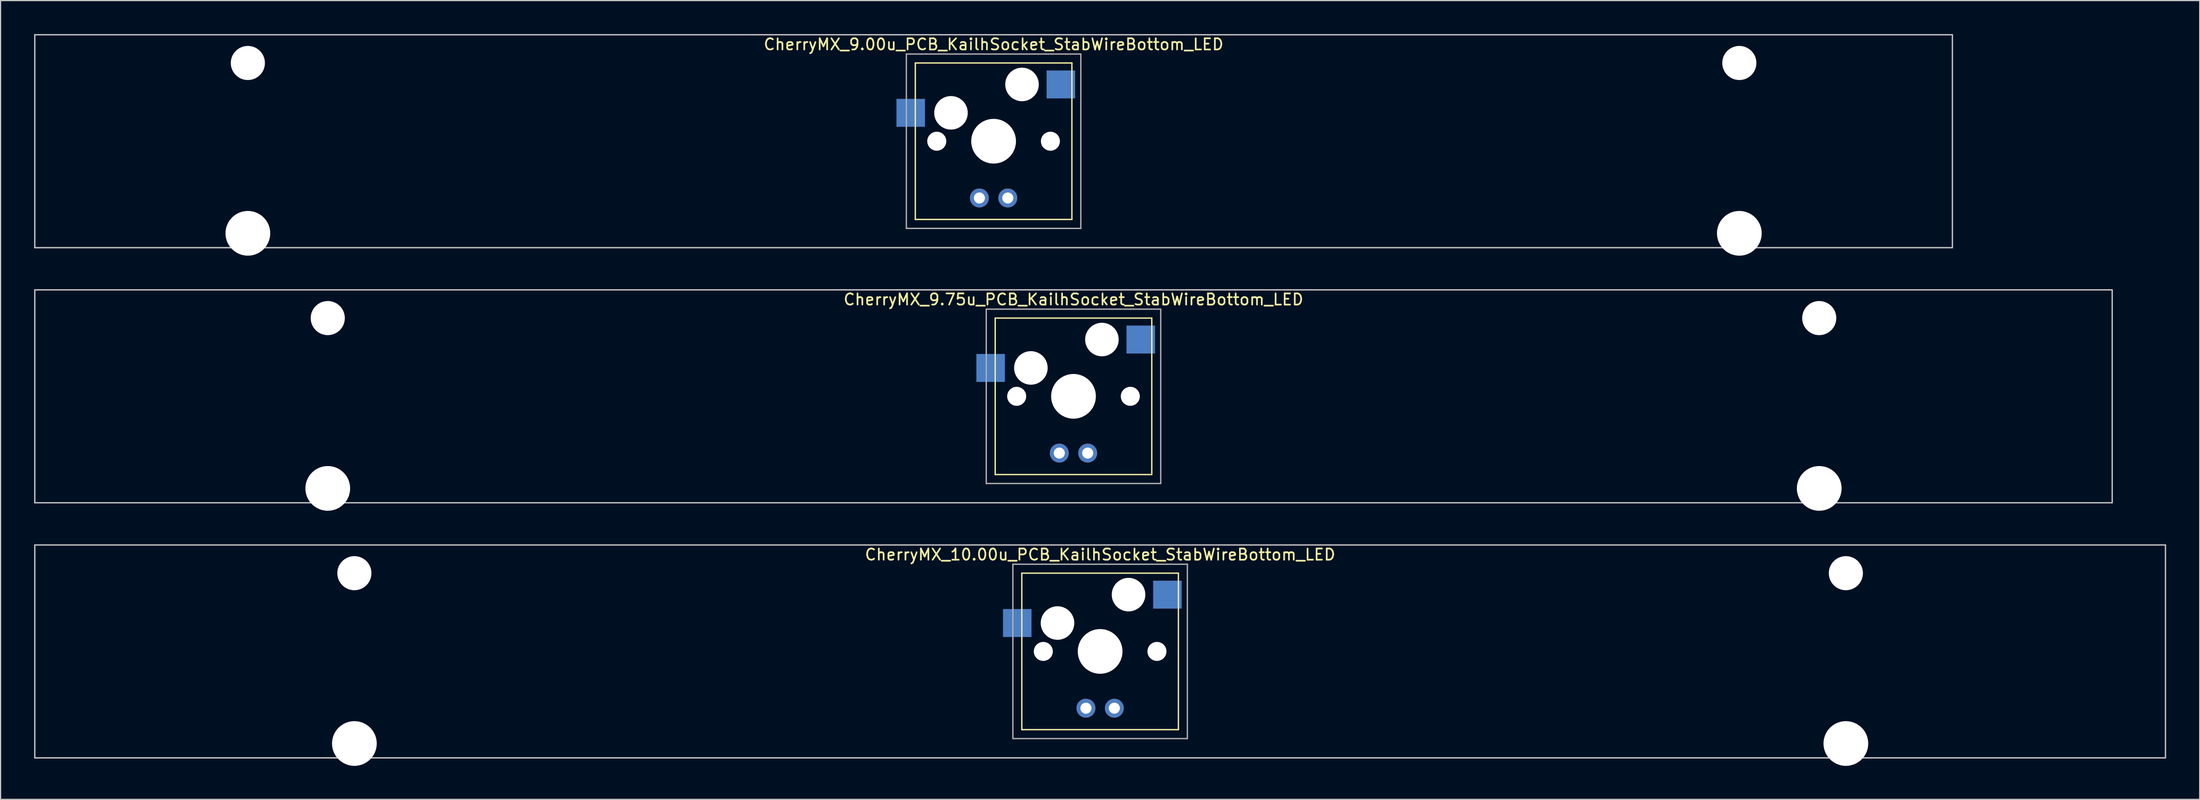
<source format=kicad_pcb>
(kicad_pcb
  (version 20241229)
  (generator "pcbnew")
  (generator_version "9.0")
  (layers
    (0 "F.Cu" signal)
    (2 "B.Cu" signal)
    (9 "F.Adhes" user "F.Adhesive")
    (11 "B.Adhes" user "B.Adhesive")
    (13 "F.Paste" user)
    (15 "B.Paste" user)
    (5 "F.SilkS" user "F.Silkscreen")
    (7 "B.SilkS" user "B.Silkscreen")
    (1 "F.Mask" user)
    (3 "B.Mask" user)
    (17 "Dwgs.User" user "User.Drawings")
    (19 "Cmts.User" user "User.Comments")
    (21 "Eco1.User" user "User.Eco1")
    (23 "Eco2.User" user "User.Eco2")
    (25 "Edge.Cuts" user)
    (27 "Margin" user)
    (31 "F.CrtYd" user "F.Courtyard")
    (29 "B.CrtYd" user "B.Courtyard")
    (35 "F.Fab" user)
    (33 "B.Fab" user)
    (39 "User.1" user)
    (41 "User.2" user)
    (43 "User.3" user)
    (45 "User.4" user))
  (footprint "CherryMX_9.00u_PCB_KailhSocket_StabWireBottom_LED"
    (layer "F.Cu")
    (at 85.785 9.585)
    (property "Reference" "CherryMX_9.00u_PCB_KailhSocket_StabWireBottom_LED" (at 0 -8.662 0) (layer "F.SilkS") (effects (font (size 1 1) (thickness 0.15))))
    (attr through_hole)
    (fp_line (start -7 -7) (end -7 7) (stroke (width 0.12) (type solid)) (layer "F.SilkS"))
    (fp_line (start -7 -7) (end 7 -7) (stroke (width 0.12) (type solid)) (layer "F.SilkS"))
    (fp_line (start 7 -7) (end 7 7) (stroke (width 0.12) (type solid)) (layer "F.SilkS"))
    (fp_line (start 7 7) (end -7 7) (stroke (width 0.12) (type solid)) (layer "F.SilkS"))
    (fp_line (start -85.725 -9.525) (end 85.725 -9.525) (stroke (width 0.12) (type solid)) (layer "Dwgs.User"))
    (fp_line (start -85.725 9.525) (end -85.725 -9.525) (stroke (width 0.12) (type solid)) (layer "Dwgs.User"))
    (fp_line (start 85.725 -9.525) (end 85.725 9.525) (stroke (width 0.12) (type solid)) (layer "Dwgs.User"))
    (fp_line (start 85.725 9.525) (end -85.725 9.525) (stroke (width 0.12) (type solid)) (layer "Dwgs.User"))
    (fp_line (start -7.8 -7.8) (end -7.8 7.8) (stroke (width 0.12) (type solid)) (layer "F.Fab"))
    (fp_line (start -7.8 -7.8) (end 7.8 -7.8) (stroke (width 0.12) (type solid)) (layer "F.Fab"))
    (fp_line (start -7.8 7.8) (end 7.8 7.8) (stroke (width 0.12) (type solid)) (layer "F.Fab"))
    (fp_line (start 7.8 -7.8) (end 7.8 7.8) (stroke (width 0.12) (type solid)) (layer "F.Fab"))
    (pad "" np_thru_hole circle (at -66.675 -7) (size 3.05 3.05) (drill 3.05) (layers "*.Cu" "*.Mask"))
    (pad "" np_thru_hole circle (at -66.675 8.24) (size 4 4) (drill 4) (layers "*.Cu" "*.Mask"))
    (pad "" np_thru_hole circle (at -5.08 0) (size 1.7 1.7) (drill 1.7) (layers "*.Cu" "*.Mask"))
    (pad "" np_thru_hole circle (at -3.81 -2.54) (size 3 3) (drill 3) (layers "*.Cu" "*.Mask"))
    (pad "" np_thru_hole circle (at 0 0) (size 4 4) (drill 4) (layers "*.Cu" "*.Mask"))
    (pad "" np_thru_hole circle (at 2.54 -5.08) (size 3 3) (drill 3) (layers "*.Cu" "*.Mask"))
    (pad "" np_thru_hole circle (at 5.08 0) (size 1.7 1.7) (drill 1.7) (layers "*.Cu" "*.Mask"))
    (pad "" np_thru_hole circle (at 66.675 -7) (size 3.05 3.05) (drill 3.05) (layers "*.Cu" "*.Mask"))
    (pad "" np_thru_hole circle (at 66.675 8.24) (size 4 4) (drill 4) (layers "*.Cu" "*.Mask"))
    (pad "1" smd rect (at -7.41 -2.54) (size 2.55 2.5) (layers "B.Cu" "B.Mask" "B.Paste"))
    (pad "2" smd rect (at 6.015 -5.08) (size 2.55 2.5) (layers "B.Cu" "B.Mask" "B.Paste"))
    (pad "3" thru_hole circle (at -1.27 5.08) (size 1.691 1.691) (drill 0.991) (layers "*.Cu" "*.Mask"))
    (pad "4" thru_hole circle (at 1.27 5.08) (size 1.691 1.691) (drill 0.991) (layers "*.Cu" "*.Mask")))
  (footprint "CherryMX_9.75u_PCB_KailhSocket_StabWireBottom_LED"
    (layer "F.Cu")
    (at 92.929 32.41)
    (property "Reference" "CherryMX_9.75u_PCB_KailhSocket_StabWireBottom_LED" (at 0 -8.662 0) (layer "F.SilkS") (effects (font (size 1 1) (thickness 0.15))))
    (attr through_hole)
    (fp_line (start -7 -7) (end -7 7) (stroke (width 0.12) (type solid)) (layer "F.SilkS"))
    (fp_line (start -7 -7) (end 7 -7) (stroke (width 0.12) (type solid)) (layer "F.SilkS"))
    (fp_line (start 7 -7) (end 7 7) (stroke (width 0.12) (type solid)) (layer "F.SilkS"))
    (fp_line (start 7 7) (end -7 7) (stroke (width 0.12) (type solid)) (layer "F.SilkS"))
    (fp_line (start -92.869 -9.525) (end 92.869 -9.525) (stroke (width 0.12) (type solid)) (layer "Dwgs.User"))
    (fp_line (start -92.869 9.525) (end -92.869 -9.525) (stroke (width 0.12) (type solid)) (layer "Dwgs.User"))
    (fp_line (start 92.869 -9.525) (end 92.869 9.525) (stroke (width 0.12) (type solid)) (layer "Dwgs.User"))
    (fp_line (start 92.869 9.525) (end -92.869 9.525) (stroke (width 0.12) (type solid)) (layer "Dwgs.User"))
    (fp_line (start -7.8 -7.8) (end -7.8 7.8) (stroke (width 0.12) (type solid)) (layer "F.Fab"))
    (fp_line (start -7.8 -7.8) (end 7.8 -7.8) (stroke (width 0.12) (type solid)) (layer "F.Fab"))
    (fp_line (start -7.8 7.8) (end 7.8 7.8) (stroke (width 0.12) (type solid)) (layer "F.Fab"))
    (fp_line (start 7.8 -7.8) (end 7.8 7.8) (stroke (width 0.12) (type solid)) (layer "F.Fab"))
    (pad "" np_thru_hole circle (at -66.675 -7) (size 3.05 3.05) (drill 3.05) (layers "*.Cu" "*.Mask"))
    (pad "" np_thru_hole circle (at -66.675 8.24) (size 4 4) (drill 4) (layers "*.Cu" "*.Mask"))
    (pad "" np_thru_hole circle (at -5.08 0) (size 1.7 1.7) (drill 1.7) (layers "*.Cu" "*.Mask"))
    (pad "" np_thru_hole circle (at -3.81 -2.54) (size 3 3) (drill 3) (layers "*.Cu" "*.Mask"))
    (pad "" np_thru_hole circle (at 0 0) (size 4 4) (drill 4) (layers "*.Cu" "*.Mask"))
    (pad "" np_thru_hole circle (at 2.54 -5.08) (size 3 3) (drill 3) (layers "*.Cu" "*.Mask"))
    (pad "" np_thru_hole circle (at 5.08 0) (size 1.7 1.7) (drill 1.7) (layers "*.Cu" "*.Mask"))
    (pad "" np_thru_hole circle (at 66.675 -7) (size 3.05 3.05) (drill 3.05) (layers "*.Cu" "*.Mask"))
    (pad "" np_thru_hole circle (at 66.675 8.24) (size 4 4) (drill 4) (layers "*.Cu" "*.Mask"))
    (pad "1" smd rect (at -7.41 -2.54) (size 2.55 2.5) (layers "B.Cu" "B.Mask" "B.Paste"))
    (pad "2" smd rect (at 6.015 -5.08) (size 2.55 2.5) (layers "B.Cu" "B.Mask" "B.Paste"))
    (pad "3" thru_hole circle (at -1.27 5.08) (size 1.691 1.691) (drill 0.991) (layers "*.Cu" "*.Mask"))
    (pad "4" thru_hole circle (at 1.27 5.08) (size 1.691 1.691) (drill 0.991) (layers "*.Cu" "*.Mask")))
  (footprint "CherryMX_10.00u_PCB_KailhSocket_StabWireBottom_LED"
    (layer "F.Cu")
    (at 95.31 55.235)
    (property "Reference" "CherryMX_10.00u_PCB_KailhSocket_StabWireBottom_LED" (at 0 -8.662 0) (layer "F.SilkS") (effects (font (size 1 1) (thickness 0.15))))
    (attr through_hole)
    (fp_line (start -7 -7) (end -7 7) (stroke (width 0.12) (type solid)) (layer "F.SilkS"))
    (fp_line (start -7 -7) (end 7 -7) (stroke (width 0.12) (type solid)) (layer "F.SilkS"))
    (fp_line (start 7 -7) (end 7 7) (stroke (width 0.12) (type solid)) (layer "F.SilkS"))
    (fp_line (start 7 7) (end -7 7) (stroke (width 0.12) (type solid)) (layer "F.SilkS"))
    (fp_line (start -95.25 -9.525) (end 95.25 -9.525) (stroke (width 0.12) (type solid)) (layer "Dwgs.User"))
    (fp_line (start -95.25 9.525) (end -95.25 -9.525) (stroke (width 0.12) (type solid)) (layer "Dwgs.User"))
    (fp_line (start 95.25 -9.525) (end 95.25 9.525) (stroke (width 0.12) (type solid)) (layer "Dwgs.User"))
    (fp_line (start 95.25 9.525) (end -95.25 9.525) (stroke (width 0.12) (type solid)) (layer "Dwgs.User"))
    (fp_line (start -7.8 -7.8) (end -7.8 7.8) (stroke (width 0.12) (type solid)) (layer "F.Fab"))
    (fp_line (start -7.8 -7.8) (end 7.8 -7.8) (stroke (width 0.12) (type solid)) (layer "F.Fab"))
    (fp_line (start -7.8 7.8) (end 7.8 7.8) (stroke (width 0.12) (type solid)) (layer "F.Fab"))
    (fp_line (start 7.8 -7.8) (end 7.8 7.8) (stroke (width 0.12) (type solid)) (layer "F.Fab"))
    (pad "" np_thru_hole circle (at -66.675 -7) (size 3.05 3.05) (drill 3.05) (layers "*.Cu" "*.Mask"))
    (pad "" np_thru_hole circle (at -66.675 8.24) (size 4 4) (drill 4) (layers "*.Cu" "*.Mask"))
    (pad "" np_thru_hole circle (at -5.08 0) (size 1.7 1.7) (drill 1.7) (layers "*.Cu" "*.Mask"))
    (pad "" np_thru_hole circle (at -3.81 -2.54) (size 3 3) (drill 3) (layers "*.Cu" "*.Mask"))
    (pad "" np_thru_hole circle (at 0 0) (size 4 4) (drill 4) (layers "*.Cu" "*.Mask"))
    (pad "" np_thru_hole circle (at 2.54 -5.08) (size 3 3) (drill 3) (layers "*.Cu" "*.Mask"))
    (pad "" np_thru_hole circle (at 5.08 0) (size 1.7 1.7) (drill 1.7) (layers "*.Cu" "*.Mask"))
    (pad "" np_thru_hole circle (at 66.675 -7) (size 3.05 3.05) (drill 3.05) (layers "*.Cu" "*.Mask"))
    (pad "" np_thru_hole circle (at 66.675 8.24) (size 4 4) (drill 4) (layers "*.Cu" "*.Mask"))
    (pad "1" smd rect (at -7.41 -2.54) (size 2.55 2.5) (layers "B.Cu" "B.Mask" "B.Paste"))
    (pad "2" smd rect (at 6.015 -5.08) (size 2.55 2.5) (layers "B.Cu" "B.Mask" "B.Paste"))
    (pad "3" thru_hole circle (at -1.27 5.08) (size 1.691 1.691) (drill 0.991) (layers "*.Cu" "*.Mask"))
    (pad "4" thru_hole circle (at 1.27 5.08) (size 1.691 1.691) (drill 0.991) (layers "*.Cu" "*.Mask")))
  (gr_rect
    (start -3 -3)
    (end 193.62 68.475)
    (stroke (width 0.1) (type default))
    (fill no)
    (layer "Edge.Cuts")))
</source>
